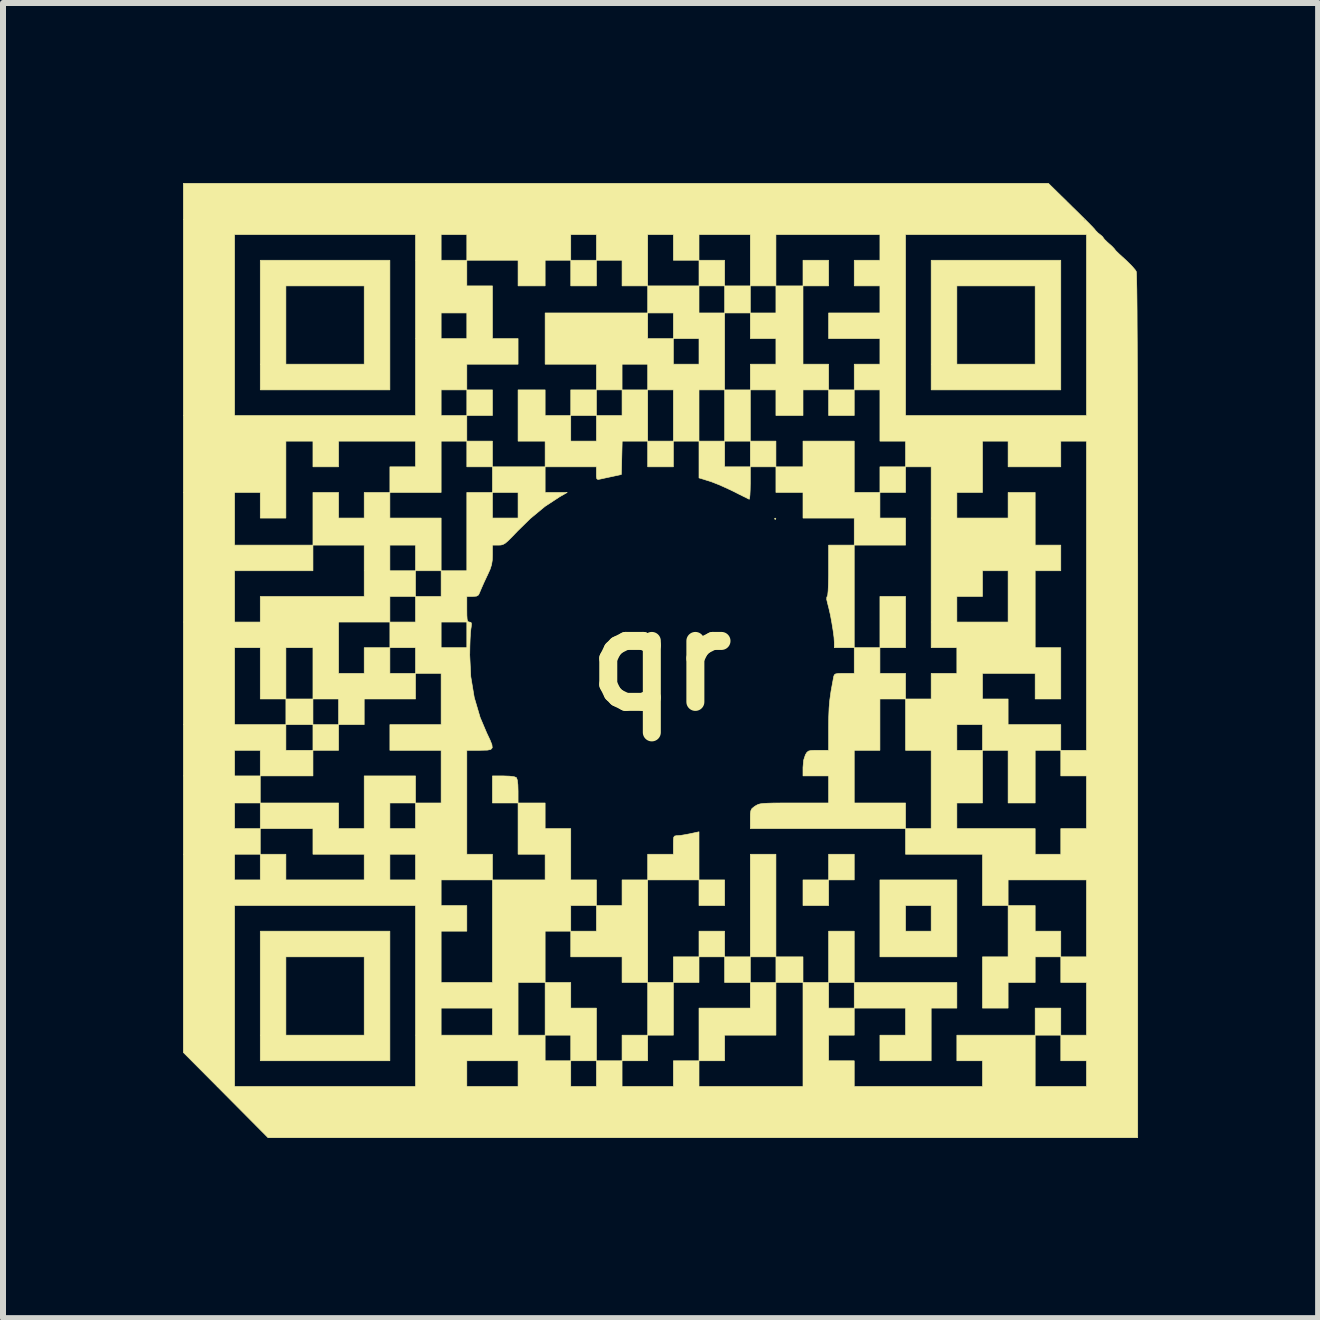
<source format=kicad_pcb>
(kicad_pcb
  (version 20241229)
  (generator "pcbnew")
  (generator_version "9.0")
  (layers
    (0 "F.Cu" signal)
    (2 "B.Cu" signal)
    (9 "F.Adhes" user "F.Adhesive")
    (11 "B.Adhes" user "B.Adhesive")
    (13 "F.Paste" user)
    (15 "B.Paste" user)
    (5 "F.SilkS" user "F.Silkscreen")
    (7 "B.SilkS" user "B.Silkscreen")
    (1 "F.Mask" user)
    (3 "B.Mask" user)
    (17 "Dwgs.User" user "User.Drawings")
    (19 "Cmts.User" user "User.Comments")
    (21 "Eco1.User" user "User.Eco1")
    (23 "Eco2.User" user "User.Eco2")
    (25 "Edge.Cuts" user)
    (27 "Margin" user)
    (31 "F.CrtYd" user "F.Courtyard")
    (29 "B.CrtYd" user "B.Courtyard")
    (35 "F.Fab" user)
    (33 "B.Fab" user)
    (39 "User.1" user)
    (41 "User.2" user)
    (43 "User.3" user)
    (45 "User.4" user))
  (footprint "qr"
    (layer "F.Cu")
    (at 7.957 7.957)
    (property "Reference" "qr" (at 0 0 0) (layer "F.SilkS") (effects (font (size 1.524 1.524) (thickness 0.3))))
    (attr through_hole)
    (fp_poly (pts (xy -6.243 1.068) (xy -6.243 0.641) (xy -5.792 0.641) (xy -5.792 1.068) (xy -6.243 1.068)) (stroke (width 0.01) (type solid)) (fill yes) (layer "F.SilkS"))
    (fp_poly (pts (xy -5.365 1.068) (xy -5.365 1.496) (xy -5.792 1.496) (xy -5.792 1.068) (xy -5.365 1.068)) (stroke (width 0.01) (type solid)) (fill yes) (layer "F.SilkS"))
    (fp_poly (pts (xy -2.801 -4.083) (xy -3.228 -4.083) (xy -3.228 -4.51) (xy -2.801 -4.51) (xy -2.801 -4.083)) (stroke (width 0.01) (type solid)) (fill yes) (layer "F.SilkS"))
    (fp_poly (pts (xy -2.801 -3.228) (xy -3.228 -3.228) (xy -3.228 -3.656) (xy -2.801 -3.656) (xy -2.801 -3.228)) (stroke (width 0.01) (type solid)) (fill yes) (layer "F.SilkS"))
    (fp_poly (pts (xy -1.068 -6.243) (xy -1.496 -6.243) (xy -1.496 -6.67) (xy -1.068 -6.67) (xy -1.068 -6.243)) (stroke (width 0.01) (type solid)) (fill yes) (layer "F.SilkS"))
    (fp_poly (pts (xy -0.214 6.67) (xy -0.641 6.67) (xy -0.641 6.243) (xy -0.214 6.243) (xy -0.214 6.67)) (stroke (width 0.01) (type solid)) (fill yes) (layer "F.SilkS"))
    (fp_poly (pts (xy 0.214 6.243) (xy -0.214 6.243) (xy -0.214 5.365) (xy 0.214 5.365) (xy 0.214 6.243)) (stroke (width 0.01) (type solid)) (fill yes) (layer "F.SilkS"))
    (fp_poly (pts (xy 0.641 -6.67) (xy 1.068 -6.67) (xy 1.068 -6.243) (xy 0.641 -6.243) (xy 0.641 -6.67)) (stroke (width 0.01) (type solid)) (fill yes) (layer "F.SilkS"))
    (fp_poly (pts (xy 0.641 4.938) (xy 0.641 4.51) (xy 1.068 4.51) (xy 1.068 4.938) (xy 0.641 4.938)) (stroke (width 0.01) (type solid)) (fill yes) (layer "F.SilkS"))
    (fp_poly (pts (xy 0.641 5.365) (xy 0.214 5.365) (xy 0.214 4.938) (xy 0.641 4.938) (xy 0.641 5.365)) (stroke (width 0.01) (type solid)) (fill yes) (layer "F.SilkS"))
    (fp_poly (pts (xy 1.068 -5.792) (xy 1.068 -6.243) (xy 1.496 -6.243) (xy 1.496 -5.792) (xy 1.068 -5.792)) (stroke (width 0.01) (type solid)) (fill yes) (layer "F.SilkS"))
    (fp_poly (pts (xy 1.068 4.083) (xy 0.641 4.083) (xy 0.641 3.656) (xy 1.068 3.656) (xy 1.068 4.083)) (stroke (width 0.01) (type solid)) (fill yes) (layer "F.SilkS"))
    (fp_poly (pts (xy 1.496 3.228) (xy 1.923 3.228) (xy 1.923 4.938) (xy 1.496 4.938) (xy 1.496 3.228)) (stroke (width 0.01) (type solid)) (fill yes) (layer "F.SilkS"))
    (fp_poly (pts (xy 1.496 5.365) (xy 1.068 5.365) (xy 1.068 4.938) (xy 1.496 4.938) (xy 1.496 5.365)) (stroke (width 0.01) (type solid)) (fill yes) (layer "F.SilkS"))
    (fp_poly (pts (xy 1.923 -2.362) (xy 1.911 -2.35) (xy 1.899 -2.362) (xy 1.911 -2.374) (xy 1.923 -2.362)) (stroke (width 0.01) (type solid)) (fill yes) (layer "F.SilkS"))
    (fp_poly (pts (xy 1.923 4.938) (xy 2.374 4.938) (xy 2.374 5.365) (xy 1.923 5.365) (xy 1.923 4.938)) (stroke (width 0.01) (type solid)) (fill yes) (layer "F.SilkS"))
    (fp_poly (pts (xy 2.374 -6.67) (xy 2.801 -6.67) (xy 2.801 -6.243) (xy 2.374 -6.243) (xy 2.374 -6.67)) (stroke (width 0.01) (type solid)) (fill yes) (layer "F.SilkS"))
    (fp_poly (pts (xy 2.801 3.228) (xy 3.228 3.228) (xy 3.228 3.656) (xy 2.801 3.656) (xy 2.801 3.228)) (stroke (width 0.01) (type solid)) (fill yes) (layer "F.SilkS"))
    (fp_poly (pts (xy 2.801 4.083) (xy 2.374 4.083) (xy 2.374 3.656) (xy 2.801 3.656) (xy 2.801 4.083)) (stroke (width 0.01) (type solid)) (fill yes) (layer "F.SilkS"))
    (fp_poly (pts (xy 2.801 5.365) (xy 2.801 4.51) (xy 3.228 4.51) (xy 3.228 5.365) (xy 2.801 5.365)) (stroke (width 0.01) (type solid)) (fill yes) (layer "F.SilkS"))
    (fp_poly (pts (xy 3.228 -4.083) (xy 2.801 -4.083) (xy 2.801 -4.51) (xy 3.228 -4.51) (xy 3.228 -4.083)) (stroke (width 0.01) (type solid)) (fill yes) (layer "F.SilkS"))
    (fp_poly (pts (xy 3.656 -3.228) (xy 4.083 -3.228) (xy 4.083 -2.801) (xy 3.656 -2.801) (xy 3.656 -3.228)) (stroke (width 0.01) (type solid)) (fill yes) (layer "F.SilkS"))
    (fp_poly (pts (xy 3.656 -1.068) (xy 4.083 -1.068) (xy 4.083 -0.214) (xy 3.656 -0.214) (xy 3.656 -1.068)) (stroke (width 0.01) (type solid)) (fill yes) (layer "F.SilkS"))
    (fp_poly (pts (xy 6.67 6.243) (xy 6.243 6.243) (xy 6.243 5.792) (xy 6.67 5.792) (xy 6.67 6.243)) (stroke (width 0.01) (type solid)) (fill yes) (layer "F.SilkS"))
    (fp_poly (pts (xy -1.496 5.792) (xy -1.068 5.792) (xy -1.068 6.67) (xy -1.496 6.67) (xy -1.496 6.243) (xy -1.923 6.243) (xy -1.923 5.365) (xy -1.496 5.365) (xy -1.496 5.792)) (stroke (width 0.01) (type solid)) (fill yes) (layer "F.SilkS"))
    (fp_poly (pts (xy 1.923 6.243) (xy 1.068 6.243) (xy 1.068 6.67) (xy 0.641 6.67) (xy 0.641 5.792) (xy 1.496 5.792) (xy 1.496 5.365) (xy 1.923 5.365) (xy 1.923 6.243)) (stroke (width 0.01) (type solid)) (fill yes) (layer "F.SilkS"))
    (fp_poly (pts (xy -2.512 1.927) (xy -2.437 1.937) (xy -2.402 1.951) (xy -2.387 1.991) (xy -2.377 2.071) (xy -2.374 2.177) (xy -2.374 2.374) (xy -2.801 2.374) (xy -2.801 1.923) (xy -2.616 1.923) (xy -2.512 1.927)) (stroke (width 0.01) (type solid)) (fill yes) (layer "F.SilkS"))
    (fp_poly (pts (xy -0.641 5.365) (xy -0.641 4.938) (xy -1.496 4.938) (xy -1.496 4.51) (xy -1.068 4.51) (xy -1.068 4.083) (xy -0.641 4.083) (xy -0.641 3.656) (xy -0.214 3.656) (xy -0.214 5.365) (xy -0.641 5.365)) (stroke (width 0.01) (type solid)) (fill yes) (layer "F.SilkS"))
    (fp_poly (pts (xy 4.938 5.365) (xy 4.938 5.792) (xy 4.51 5.792) (xy 4.51 6.67) (xy 3.656 6.67) (xy 3.656 6.243) (xy 4.083 6.243) (xy 4.083 5.792) (xy 3.228 5.792) (xy 3.228 5.365) (xy 4.938 5.365)) (stroke (width 0.01) (type solid)) (fill yes) (layer "F.SilkS"))
    (fp_poly (pts (xy -4.51 -4.51) (xy -6.67 -4.51) (xy -6.67 -6.243) (xy -6.243 -6.243) (xy -6.243 -4.938) (xy -4.938 -4.938) (xy -4.938 -6.243) (xy -6.243 -6.243) (xy -6.67 -6.243) (xy -6.67 -6.67) (xy -4.51 -6.67) (xy -4.51 -4.51)) (stroke (width 0.01) (type solid)) (fill yes) (layer "F.SilkS"))
    (fp_poly (pts (xy -4.51 6.67) (xy -6.67 6.67) (xy -6.67 4.938) (xy -6.243 4.938) (xy -6.243 6.243) (xy -4.938 6.243) (xy -4.938 4.938) (xy -6.243 4.938) (xy -6.67 4.938) (xy -6.67 4.51) (xy -4.51 4.51) (xy -4.51 6.67)) (stroke (width 0.01) (type solid)) (fill yes) (layer "F.SilkS"))
    (fp_poly (pts (xy 4.938 4.938) (xy 3.656 4.938) (xy 3.656 4.083) (xy 4.083 4.083) (xy 4.083 4.51) (xy 4.51 4.51) (xy 4.51 4.083) (xy 4.083 4.083) (xy 3.656 4.083) (xy 3.656 3.656) (xy 4.938 3.656) (xy 4.938 4.938)) (stroke (width 0.01) (type solid)) (fill yes) (layer "F.SilkS"))
    (fp_poly (pts (xy 6.67 -4.51) (xy 4.51 -4.51) (xy 4.51 -6.243) (xy 4.938 -6.243) (xy 4.938 -4.938) (xy 6.243 -4.938) (xy 6.243 -6.243) (xy 4.938 -6.243) (xy 4.51 -6.243) (xy 4.51 -6.67) (xy 6.67 -6.67) (xy 6.67 -4.51)) (stroke (width 0.01) (type solid)) (fill yes) (layer "F.SilkS"))
    (fp_poly (pts (xy 6.243 4.51) (xy 6.67 4.51) (xy 6.67 4.938) (xy 6.243 4.938) (xy 6.243 5.365) (xy 5.792 5.365) (xy 5.792 5.792) (xy 5.365 5.792) (xy 5.365 4.938) (xy 5.792 4.938) (xy 5.792 4.083) (xy 6.243 4.083) (xy 6.243 4.51)) (stroke (width 0.01) (type solid)) (fill yes) (layer "F.SilkS"))
    (fp_poly (pts (xy -0.214 3.228) (xy 0.214 3.228) (xy 0.214 3.074) (xy 0.215 2.991) (xy 0.22 2.945) (xy 0.235 2.925) (xy 0.264 2.919) (xy 0.279 2.919) (xy 0.337 2.914) (xy 0.421 2.9) (xy 0.493 2.886) (xy 0.641 2.854) (xy 0.641 3.656) (xy -0.214 3.656) (xy -0.214 3.228)) (stroke (width 0.01) (type solid)) (fill yes) (layer "F.SilkS"))
    (fp_poly (pts (xy 3.656 -2.374) (xy 4.083 -2.374) (xy 4.083 -1.923) (xy 3.228 -1.923) (xy 3.228 -2.374) (xy 2.374 -2.374) (xy 2.374 -2.801) (xy 1.923 -2.801) (xy 1.923 -3.228) (xy 2.374 -3.228) (xy 2.374 -3.656) (xy 3.228 -3.656) (xy 3.228 -2.801) (xy 3.656 -2.801) (xy 3.656 -2.374)) (stroke (width 0.01) (type solid)) (fill yes) (layer "F.SilkS"))
    (fp_poly (pts (xy 1.496 -4.938) (xy 1.923 -4.938) (xy 1.923 -5.365) (xy 1.496 -5.365) (xy 1.496 -5.792) (xy 1.923 -5.792) (xy 1.923 -6.243) (xy 2.374 -6.243) (xy 2.374 -4.938) (xy 2.801 -4.938) (xy 2.801 -4.51) (xy 2.374 -4.51) (xy 2.374 -4.083) (xy 1.923 -4.083) (xy 1.923 -4.51) (xy 1.496 -4.51) (xy 1.496 -4.938)) (stroke (width 0.01) (type solid)) (fill yes) (layer "F.SilkS"))
    (fp_poly (pts (xy 2.896 -0.214) (xy 2.896 -0.305) (xy 2.891 -0.387) (xy 2.876 -0.499) (xy 2.855 -0.628) (xy 2.831 -0.759) (xy 2.804 -0.876) (xy 2.788 -0.938) (xy 2.769 -1.017) (xy 2.771 -1.059) (xy 2.777 -1.064) (xy 2.786 -1.091) (xy 2.793 -1.161) (xy 2.798 -1.273) (xy 2.801 -1.422) (xy 2.801 -1.497) (xy 2.801 -1.923) (xy 3.228 -1.923) (xy 3.228 -0.214) (xy 2.896 -0.214)) (stroke (width 0.01) (type solid)) (fill yes) (layer "F.SilkS"))
    (fp_poly (pts (xy 1.496 -3.228) (xy 1.496 -2.953) (xy 1.494 -2.847) (xy 1.49 -2.761) (xy 1.484 -2.705) (xy 1.478 -2.687) (xy 1.451 -2.701) (xy 1.39 -2.731) (xy 1.305 -2.773) (xy 1.211 -2.821) (xy 1.092 -2.877) (xy 0.97 -2.931) (xy 0.861 -2.974) (xy 0.801 -2.994) (xy 0.641 -3.043) (xy 0.641 -3.656) (xy 1.068 -3.656) (xy 1.068 -3.228) (xy 1.496 -3.228) (xy 1.496 -3.656) (xy 1.068 -3.656) (xy 1.068 -4.51) (xy 1.496 -4.51) (xy 1.496 -3.656) (xy 1.923 -3.656) (xy 1.923 -3.228) (xy 1.496 -3.228)) (stroke (width 0.01) (type solid)) (fill yes) (layer "F.SilkS"))
    (fp_poly (pts (xy 3.656 0.214) (xy 4.083 0.214) (xy 4.083 0.641) (xy 3.656 0.641) (xy 3.656 1.496) (xy 3.228 1.496) (xy 3.228 2.374) (xy 4.083 2.374) (xy 4.083 2.801) (xy 1.496 2.801) (xy 1.496 2.641) (xy 1.497 2.555) (xy 1.505 2.502) (xy 1.523 2.467) (xy 1.559 2.438) (xy 1.574 2.427) (xy 1.601 2.411) (xy 1.628 2.398) (xy 1.664 2.388) (xy 1.714 2.382) (xy 1.784 2.378) (xy 1.881 2.375) (xy 2.011 2.374) (xy 2.181 2.374) (xy 2.227 2.374) (xy 2.801 2.374) (xy 2.801 1.923) (xy 2.374 1.923) (xy 2.374 1.782) (xy 2.385 1.66) (xy 2.415 1.569) (xy 2.415 1.569) (xy 2.439 1.531) (xy 2.466 1.509) (xy 2.508 1.499) (xy 2.578 1.496) (xy 2.629 1.496) (xy 2.801 1.496) (xy 2.801 1.11) (xy 2.803 0.936) (xy 2.809 0.79) (xy 2.821 0.654) (xy 2.841 0.512) (xy 2.871 0.348) (xy 2.886 0.267) (xy 2.896 0.239) (xy 2.918 0.223) (xy 2.963 0.216) (xy 3.042 0.214) (xy 3.063 0.214) (xy 3.228 0.214) (xy 3.228 -0.214) (xy 3.656 -0.214) (xy 3.656 0.214)) (stroke (width 0.01) (type solid)) (fill yes) (layer "F.SilkS"))
    (fp_poly (pts (xy 0.641 -5.792) (xy 1.068 -5.792) (xy 1.068 -4.51) (xy 0.641 -4.51) (xy 0.641 -3.656) (xy 0.214 -3.656) (xy 0.214 -3.228) (xy -0.214 -3.228) (xy -0.214 -3.656) (xy -0.639 -3.656) (xy -0.653 -3.1) (xy -0.795 -3.069) (xy -0.884 -3.05) (xy -0.963 -3.033) (xy -1.003 -3.024) (xy -1.043 -3.017) (xy -1.062 -3.029) (xy -1.068 -3.07) (xy -1.068 -3.119) (xy -1.068 -3.228) (xy -1.923 -3.228) (xy -1.923 -3.656) (xy -2.374 -3.656) (xy -2.374 -4.51) (xy -1.923 -4.51) (xy -1.923 -4.083) (xy -1.496 -4.083) (xy -1.496 -3.656) (xy -1.068 -3.656) (xy -1.068 -4.083) (xy -1.496 -4.083) (xy -1.496 -4.51) (xy -1.068 -4.51) (xy -1.068 -4.083) (xy -0.641 -4.083) (xy -0.641 -4.51) (xy -1.068 -4.51) (xy -1.068 -4.938) (xy -0.641 -4.938) (xy -0.641 -4.51) (xy -0.214 -4.51) (xy -0.214 -3.656) (xy 0.214 -3.656) (xy 0.214 -4.51) (xy -0.214 -4.51) (xy -0.214 -4.938) (xy 0.214 -4.938) (xy 0.641 -4.938) (xy 0.641 -5.365) (xy 0.214 -5.365) (xy 0.214 -4.938) (xy -0.214 -4.938) (xy -0.641 -4.938) (xy -1.068 -4.938) (xy -1.923 -4.938) (xy -1.923 -5.792) (xy -0.214 -5.792) (xy -0.214 -5.365) (xy 0.214 -5.365) (xy 0.214 -5.792) (xy -0.214 -5.792) (xy -0.214 -6.243) (xy 0.641 -6.243) (xy 0.641 -5.792)) (stroke (width 0.01) (type solid)) (fill yes) (layer "F.SilkS"))
    (fp_poly (pts (xy 6.602 -7.816) (xy 6.671 -7.748) (xy 6.73 -7.691) (xy 6.767 -7.655) (xy 6.771 -7.65) (xy 6.803 -7.619) (xy 6.856 -7.566) (xy 6.916 -7.508) (xy 7.026 -7.399) (xy 7.108 -7.318) (xy 7.165 -7.26) (xy 7.204 -7.22) (xy 7.229 -7.193) (xy 7.245 -7.173) (xy 7.248 -7.168) (xy 7.29 -7.125) (xy 7.326 -7.097) (xy 7.365 -7.064) (xy 7.379 -7.044) (xy 7.397 -7.019) (xy 7.441 -6.976) (xy 7.471 -6.949) (xy 7.525 -6.901) (xy 7.561 -6.863) (xy 7.569 -6.852) (xy 7.591 -6.825) (xy 7.635 -6.782) (xy 7.649 -6.769) (xy 7.76 -6.668) (xy 7.848 -6.581) (xy 7.907 -6.514) (xy 7.927 -6.484) (xy 7.93 -6.462) (xy 7.932 -6.405) (xy 7.934 -6.314) (xy 7.937 -6.187) (xy 7.939 -6.023) (xy 7.941 -5.822) (xy 7.942 -5.584) (xy 7.944 -5.306) (xy 7.945 -4.99) (xy 7.947 -4.633) (xy 7.948 -4.236) (xy 7.949 -3.797) (xy 7.95 -3.316) (xy 7.951 -2.792) (xy 7.951 -2.224) (xy 7.952 -1.612) (xy 7.952 -0.955) (xy 7.952 -0.252) (xy 7.952 0.497) (xy 7.952 0.758) (xy 7.952 7.952) (xy 0.706 7.952) (xy -6.54 7.952) (xy -7.246 7.241) (xy -7.952 6.531) (xy -7.952 4.083) (xy -7.098 4.083) (xy -7.098 7.098) (xy -4.083 7.098) (xy -4.083 6.67) (xy -3.228 6.67) (xy -3.228 7.098) (xy -2.374 7.098) (xy -2.374 6.67) (xy -3.228 6.67) (xy -4.083 6.67) (xy -4.083 5.792) (xy -3.656 5.792) (xy -3.656 6.243) (xy -2.801 6.243) (xy -2.801 5.792) (xy -3.656 5.792) (xy -4.083 5.792) (xy -4.083 4.083) (xy -7.098 4.083) (xy -7.952 4.083) (xy -7.952 3.228) (xy -7.098 3.228) (xy -7.098 3.656) (xy -6.67 3.656) (xy -6.67 3.228) (xy -7.098 3.228) (xy -7.952 3.228) (xy -7.952 2.374) (xy -7.098 2.374) (xy -7.098 2.801) (xy -6.67 2.801) (xy -6.67 3.228) (xy -6.243 3.228) (xy -6.243 3.656) (xy -4.938 3.656) (xy -4.938 3.228) (xy -4.51 3.228) (xy -4.51 3.656) (xy -4.083 3.656) (xy -3.656 3.656) (xy -3.656 4.083) (xy -3.228 4.083) (xy -3.228 4.51) (xy -3.656 4.51) (xy -3.656 5.365) (xy -2.801 5.365) (xy -2.801 3.656) (xy -3.656 3.656) (xy -4.083 3.656) (xy -4.083 3.228) (xy -4.51 3.228) (xy -4.938 3.228) (xy -5.792 3.228) (xy -5.792 2.801) (xy -6.67 2.801) (xy -6.67 2.374) (xy -7.098 2.374) (xy -7.952 2.374) (xy -7.952 1.496) (xy -7.098 1.496) (xy -7.098 1.923) (xy -6.67 1.923) (xy -6.67 1.496) (xy -7.098 1.496) (xy -7.952 1.496) (xy -7.952 -0.214) (xy -7.098 -0.214) (xy -7.098 1.068) (xy -6.243 1.068) (xy -6.243 1.496) (xy -5.792 1.496) (xy -5.792 1.923) (xy -6.67 1.923) (xy -6.67 2.374) (xy -5.365 2.374) (xy -5.365 2.801) (xy -4.938 2.801) (xy -4.938 2.374) (xy -4.51 2.374) (xy -4.51 2.801) (xy -4.083 2.801) (xy -4.083 2.374) (xy -4.51 2.374) (xy -4.938 2.374) (xy -4.938 1.923) (xy -4.083 1.923) (xy -4.083 2.374) (xy -3.656 2.374) (xy -3.656 1.496) (xy -4.51 1.496) (xy -4.51 1.068) (xy -3.656 1.068) (xy -3.656 0.214) (xy -4.083 0.214) (xy -4.083 0.641) (xy -4.938 0.641) (xy -4.938 1.068) (xy -5.365 1.068) (xy -5.365 0.641) (xy -5.792 0.641) (xy -5.792 -0.214) (xy -6.243 -0.214) (xy -6.243 0.641) (xy -6.67 0.641) (xy -6.67 -0.214) (xy -7.098 -0.214) (xy -7.952 -0.214) (xy -7.952 -1.496) (xy -7.098 -1.496) (xy -7.098 -0.641) (xy -6.67 -0.641) (xy -5.365 -0.641) (xy -5.365 0.214) (xy -4.938 0.214) (xy -4.938 -0.214) (xy -4.51 -0.214) (xy -4.51 0.214) (xy -4.083 0.214) (xy -4.083 -0.214) (xy -4.51 -0.214) (xy -4.51 -0.641) (xy -5.365 -0.641) (xy -6.67 -0.641) (xy -6.67 -1.068) (xy -4.938 -1.068) (xy -4.51 -1.068) (xy -4.51 -0.641) (xy -4.083 -0.641) (xy -3.656 -0.641) (xy -3.656 -0.214) (xy -3.228 -0.214) (xy -3.228 -0.641) (xy -3.656 -0.641) (xy -4.083 -0.641) (xy -4.083 -1.068) (xy -3.656 -1.068) (xy -3.656 -1.496) (xy -4.083 -1.496) (xy -4.083 -1.068) (xy -4.51 -1.068) (xy -4.938 -1.068) (xy -4.938 -1.923) (xy -4.51 -1.923) (xy -4.51 -1.496) (xy -4.083 -1.496) (xy -4.083 -1.923) (xy -4.51 -1.923) (xy -4.938 -1.923) (xy -5.792 -1.923) (xy -5.792 -1.496) (xy -7.098 -1.496) (xy -7.952 -1.496) (xy -7.952 -2.801) (xy -7.098 -2.801) (xy -7.098 -1.923) (xy -5.792 -1.923) (xy -5.792 -2.801) (xy -5.365 -2.801) (xy -5.365 -2.374) (xy -4.938 -2.374) (xy -4.51 -2.374) (xy -3.656 -2.374) (xy -3.656 -1.496) (xy -3.228 -1.496) (xy -3.228 -2.801) (xy -2.801 -2.801) (xy -2.801 -2.374) (xy -2.374 -2.374) (xy -2.374 -2.801) (xy -2.801 -2.801) (xy -2.801 -3.228) (xy -1.923 -3.228) (xy -1.923 -2.801) (xy -1.555 -2.801) (xy -1.685 -2.726) (xy -1.927 -2.567) (xy -2.171 -2.365) (xy -2.382 -2.158) (xy -2.472 -2.064) (xy -2.537 -1.999) (xy -2.585 -1.957) (xy -2.623 -1.935) (xy -2.659 -1.925) (xy -2.699 -1.923) (xy -2.702 -1.923) (xy -2.801 -1.923) (xy -2.801 -1.758) (xy -2.804 -1.669) (xy -2.816 -1.595) (xy -2.841 -1.518) (xy -2.885 -1.421) (xy -2.894 -1.403) (xy -2.939 -1.307) (xy -2.978 -1.219) (xy -3.006 -1.154) (xy -3.011 -1.14) (xy -3.033 -1.093) (xy -3.067 -1.073) (xy -3.129 -1.068) (xy -3.132 -1.068) (xy -3.228 -1.068) (xy -3.228 -0.855) (xy -3.227 -0.753) (xy -3.223 -0.689) (xy -3.215 -0.656) (xy -3.199 -0.643) (xy -3.185 -0.641) (xy -3.159 -0.636) (xy -3.15 -0.612) (xy -3.155 -0.559) (xy -3.16 -0.528) (xy -3.167 -0.461) (xy -3.173 -0.359) (xy -3.177 -0.237) (xy -3.179 -0.109) (xy -3.18 -0.104) (xy -3.162 0.268) (xy -3.104 0.617) (xy -3.006 0.949) (xy -2.897 1.206) (xy -2.842 1.322) (xy -2.81 1.402) (xy -2.804 1.453) (xy -2.828 1.481) (xy -2.883 1.493) (xy -2.972 1.495) (xy -3.015 1.496) (xy -3.228 1.496) (xy -3.228 3.228) (xy -2.801 3.228) (xy -2.801 3.656) (xy -1.923 3.656) (xy -1.923 3.228) (xy -2.374 3.228) (xy -2.374 2.374) (xy -1.923 2.374) (xy -1.923 2.801) (xy -1.496 2.801) (xy -1.496 3.656) (xy -1.068 3.656) (xy -1.068 4.083) (xy -1.496 4.083) (xy -1.496 4.51) (xy -1.923 4.51) (xy -1.923 5.365) (xy -2.374 5.365) (xy -2.374 6.243) (xy -1.923 6.243) (xy -1.923 6.67) (xy -1.496 6.67) (xy -1.496 7.098) (xy -1.068 7.098) (xy -1.068 6.67) (xy -0.641 6.67) (xy -0.641 7.098) (xy 0.214 7.098) (xy 0.214 6.67) (xy 0.641 6.67) (xy 0.641 7.098) (xy 2.374 7.098) (xy 2.374 5.365) (xy 2.801 5.365) (xy 2.801 5.792) (xy 3.228 5.792) (xy 3.228 6.243) (xy 2.801 6.243) (xy 2.801 6.67) (xy 3.228 6.67) (xy 3.228 7.098) (xy 5.365 7.098) (xy 5.365 6.67) (xy 4.938 6.67) (xy 4.938 6.243) (xy 6.243 6.243) (xy 6.243 7.098) (xy 7.098 7.098) (xy 7.098 6.67) (xy 6.67 6.67) (xy 6.67 6.243) (xy 7.098 6.243) (xy 7.098 5.365) (xy 6.67 5.365) (xy 6.67 4.938) (xy 7.098 4.938) (xy 7.098 3.656) (xy 5.792 3.656) (xy 5.792 4.083) (xy 5.365 4.083) (xy 5.365 3.228) (xy 4.083 3.228) (xy 4.083 2.801) (xy 4.51 2.801) (xy 4.51 2.374) (xy 4.938 2.374) (xy 4.938 2.801) (xy 6.243 2.801) (xy 6.243 3.228) (xy 6.67 3.228) (xy 6.67 2.801) (xy 7.098 2.801) (xy 7.098 1.923) (xy 6.67 1.923) (xy 6.67 1.496) (xy 6.243 1.496) (xy 6.243 2.374) (xy 5.792 2.374) (xy 5.792 1.496) (xy 5.365 1.496) (xy 5.365 2.374) (xy 4.938 2.374) (xy 4.51 2.374) (xy 4.51 1.496) (xy 4.083 1.496) (xy 4.083 1.068) (xy 4.938 1.068) (xy 4.938 1.496) (xy 5.365 1.496) (xy 5.365 1.068) (xy 4.938 1.068) (xy 4.083 1.068) (xy 4.083 0.641) (xy 4.51 0.641) (xy 4.51 0.214) (xy 4.938 0.214) (xy 4.938 -0.214) (xy 4.51 -0.214) (xy 4.51 -1.068) (xy 4.938 -1.068) (xy 4.938 -0.641) (xy 5.792 -0.641) (xy 5.792 -1.496) (xy 5.365 -1.496) (xy 5.365 -1.068) (xy 4.938 -1.068) (xy 4.51 -1.068) (xy 4.51 -2.801) (xy 4.938 -2.801) (xy 4.938 -2.374) (xy 5.792 -2.374) (xy 5.792 -2.801) (xy 6.243 -2.801) (xy 6.243 -1.923) (xy 6.67 -1.923) (xy 6.67 -1.496) (xy 6.243 -1.496) (xy 6.243 -0.214) (xy 6.67 -0.214) (xy 6.67 0.641) (xy 6.243 0.641) (xy 6.243 0.214) (xy 5.365 0.214) (xy 5.365 0.641) (xy 5.792 0.641) (xy 5.792 1.068) (xy 6.67 1.068) (xy 6.67 1.496) (xy 7.098 1.496) (xy 7.098 -3.656) (xy 6.67 -3.656) (xy 6.67 -3.228) (xy 5.792 -3.228) (xy 5.792 -3.656) (xy 5.365 -3.656) (xy 5.365 -2.801) (xy 4.938 -2.801) (xy 4.51 -2.801) (xy 4.51 -3.228) (xy 4.083 -3.228) (xy 4.083 -3.656) (xy 3.656 -3.656) (xy 3.656 -4.51) (xy 3.228 -4.51) (xy 3.228 -4.938) (xy 3.656 -4.938) (xy 3.656 -5.365) (xy 2.801 -5.365) (xy 2.801 -5.792) (xy 3.656 -5.792) (xy 3.656 -6.243) (xy 3.228 -6.243) (xy 3.228 -6.67) (xy 3.656 -6.67) (xy 3.656 -7.098) (xy 4.083 -7.098) (xy 4.083 -4.083) (xy 7.098 -4.083) (xy 7.098 -7.098) (xy 4.083 -7.098) (xy 3.656 -7.098) (xy 1.923 -7.098) (xy 1.923 -6.243) (xy 1.496 -6.243) (xy 1.496 -7.098) (xy 0.641 -7.098) (xy 0.641 -6.67) (xy 0.214 -6.67) (xy 0.214 -7.098) (xy -0.214 -7.098) (xy -0.214 -6.243) (xy -0.641 -6.243) (xy -0.641 -6.67) (xy -1.068 -6.67) (xy -1.068 -7.098) (xy -1.496 -7.098) (xy -1.496 -6.67) (xy -1.923 -6.67) (xy -1.923 -6.243) (xy -2.374 -6.243) (xy -2.374 -6.67) (xy -3.228 -6.67) (xy -3.228 -6.243) (xy -2.801 -6.243) (xy -2.801 -5.365) (xy -2.374 -5.365) (xy -2.374 -4.938) (xy -3.228 -4.938) (xy -3.228 -4.51) (xy -3.656 -4.51) (xy -3.656 -4.083) (xy -3.228 -4.083) (xy -3.228 -3.656) (xy -3.656 -3.656) (xy -3.656 -2.801) (xy -4.51 -2.801) (xy -4.51 -2.374) (xy -4.938 -2.374) (xy -4.938 -2.801) (xy -4.51 -2.801) (xy -4.51 -3.228) (xy -4.083 -3.228) (xy -4.083 -3.656) (xy -5.365 -3.656) (xy -5.365 -3.228) (xy -5.792 -3.228) (xy -5.792 -3.656) (xy -6.243 -3.656) (xy -6.243 -2.374) (xy -6.67 -2.374) (xy -6.67 -2.801) (xy -7.098 -2.801) (xy -7.952 -2.801) (xy -7.952 -7.098) (xy -7.098 -7.098) (xy -7.098 -4.083) (xy -4.083 -4.083) (xy -4.083 -5.792) (xy -3.656 -5.792) (xy -3.656 -5.365) (xy -3.228 -5.365) (xy -3.228 -5.792) (xy -3.656 -5.792) (xy -4.083 -5.792) (xy -4.083 -7.098) (xy -3.656 -7.098) (xy -3.656 -6.67) (xy -3.228 -6.67) (xy -3.228 -7.098) (xy -3.656 -7.098) (xy -4.083 -7.098) (xy -7.098 -7.098) (xy -7.952 -7.098) (xy -7.952 -7.347) (xy 7.05 -7.347) (xy 7.062 -7.335) (xy 7.074 -7.347) (xy 7.062 -7.359) (xy 7.05 -7.347) (xy -7.952 -7.347) (xy -7.952 -7.952) (xy 6.463 -7.952) (xy 6.602 -7.816)) (stroke (width 0.01) (type solid)) (fill yes) (layer "F.SilkS")))
  (gr_rect
    (start -3 -3)
    (end 18.915 18.915)
    (stroke (width 0.1) (type default))
    (fill no)
    (layer "Edge.Cuts")))
</source>
